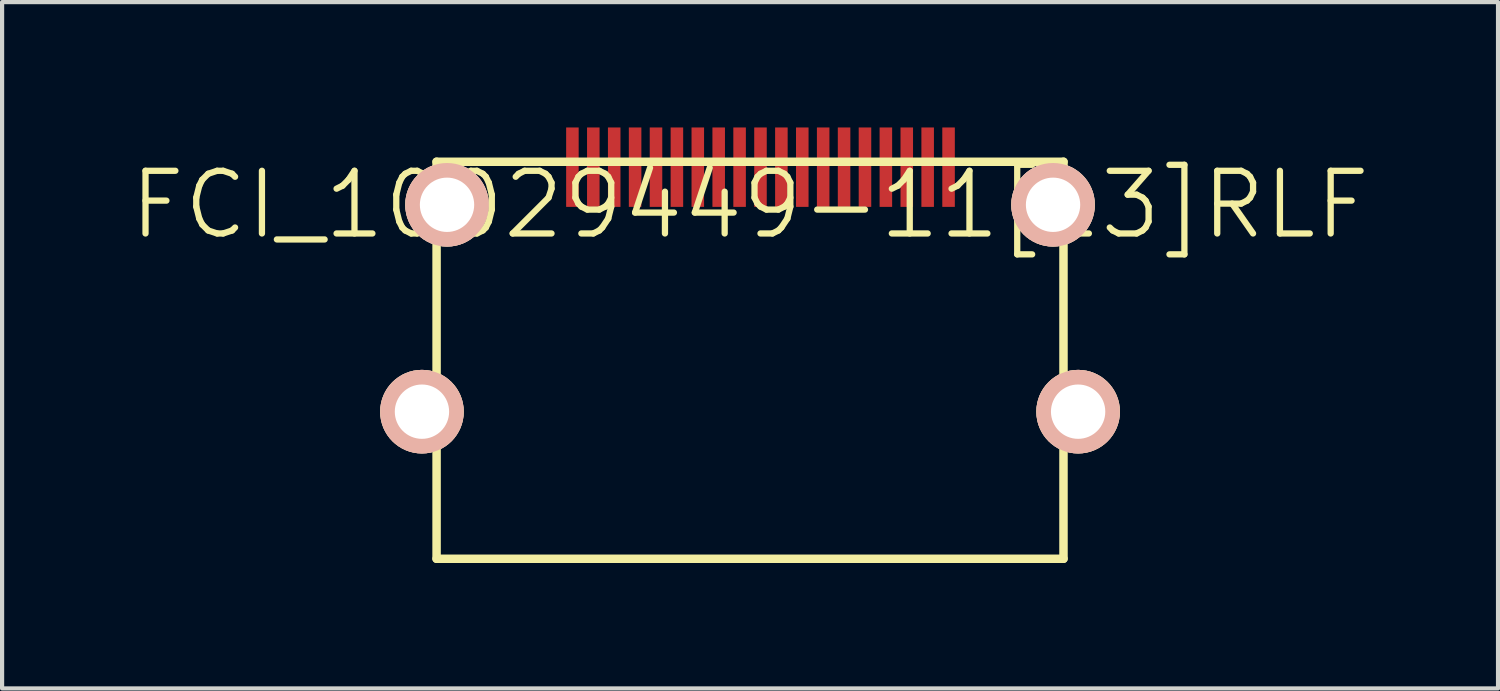
<source format=kicad_pcb>
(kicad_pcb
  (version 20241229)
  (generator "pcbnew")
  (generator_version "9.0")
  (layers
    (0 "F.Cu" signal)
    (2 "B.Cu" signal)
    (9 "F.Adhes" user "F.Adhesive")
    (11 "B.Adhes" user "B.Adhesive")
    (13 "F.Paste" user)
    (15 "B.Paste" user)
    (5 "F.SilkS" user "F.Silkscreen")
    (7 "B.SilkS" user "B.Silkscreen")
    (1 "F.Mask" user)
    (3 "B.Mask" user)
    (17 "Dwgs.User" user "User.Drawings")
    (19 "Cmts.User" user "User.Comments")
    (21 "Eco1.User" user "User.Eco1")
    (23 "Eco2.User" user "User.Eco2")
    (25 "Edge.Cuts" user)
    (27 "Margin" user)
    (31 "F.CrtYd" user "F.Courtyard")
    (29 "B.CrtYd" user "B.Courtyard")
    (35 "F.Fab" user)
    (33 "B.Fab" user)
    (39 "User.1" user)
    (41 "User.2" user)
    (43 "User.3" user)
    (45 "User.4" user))
  (footprint "FCI_10029449-11[13]RLF"
    (layer "F.Cu")
    (at 14.896 1.85)
    (property "Reference" "FCI_10029449-11[13]RLF" (at 0 0 0) (layer "F.SilkS") (effects (font (size 1.5 1.5) (thickness 0.15))))
    (attr through_hole)
    (fp_line (start -7.5 -1.03) (end 7.5 -1.03) (stroke (width 0.203) (type solid)) (layer "F.SilkS"))
    (fp_line (start -7.5 8.47) (end -7.5 -1.03) (stroke (width 0.203) (type solid)) (layer "F.SilkS"))
    (fp_line (start 7.5 8.47) (end -7.5 8.47) (stroke (width 0.203) (type solid)) (layer "F.SilkS"))
    (fp_line (start 7.5 8.47) (end 7.5 -1.03) (stroke (width 0.203) (type solid)) (layer "F.SilkS"))
    (pad "1" smd rect (at 4.75 -0.9) (size 0.3 1.9) (layers "F.Cu" "F.Mask" "F.Paste"))
    (pad "2" smd rect (at 4.25 -0.9) (size 0.3 1.9) (layers "F.Cu" "F.Mask" "F.Paste"))
    (pad "3" smd rect (at 3.75 -0.9) (size 0.3 1.9) (layers "F.Cu" "F.Mask" "F.Paste"))
    (pad "4" smd rect (at 3.25 -0.9) (size 0.3 1.9) (layers "F.Cu" "F.Mask" "F.Paste"))
    (pad "5" smd rect (at 2.75 -0.9) (size 0.3 1.9) (layers "F.Cu" "F.Mask" "F.Paste"))
    (pad "6" smd rect (at 2.25 -0.9) (size 0.3 1.9) (layers "F.Cu" "F.Mask" "F.Paste"))
    (pad "7" smd rect (at 1.75 -0.9) (size 0.3 1.9) (layers "F.Cu" "F.Mask" "F.Paste"))
    (pad "8" smd rect (at 1.25 -0.9) (size 0.3 1.9) (layers "F.Cu" "F.Mask" "F.Paste"))
    (pad "9" smd rect (at 0.75 -0.9) (size 0.3 1.9) (layers "F.Cu" "F.Mask" "F.Paste"))
    (pad "10" smd rect (at 0.25 -0.9) (size 0.3 1.9) (layers "F.Cu" "F.Mask" "F.Paste"))
    (pad "11" smd rect (at -0.25 -0.9) (size 0.3 1.9) (layers "F.Cu" "F.Mask" "F.Paste"))
    (pad "12" smd rect (at -0.75 -0.9) (size 0.3 1.9) (layers "F.Cu" "F.Mask" "F.Paste"))
    (pad "13" smd rect (at -1.25 -0.9) (size 0.3 1.9) (layers "F.Cu" "F.Mask" "F.Paste"))
    (pad "14" smd rect (at -1.75 -0.9) (size 0.3 1.9) (layers "F.Cu" "F.Mask" "F.Paste"))
    (pad "15" smd rect (at -2.25 -0.9) (size 0.3 1.9) (layers "F.Cu" "F.Mask" "F.Paste"))
    (pad "16" smd rect (at -2.75 -0.9) (size 0.3 1.9) (layers "F.Cu" "F.Mask" "F.Paste"))
    (pad "17" smd rect (at -3.25 -0.9) (size 0.3 1.9) (layers "F.Cu" "F.Mask" "F.Paste"))
    (pad "18" smd rect (at -3.75 -0.9) (size 0.3 1.9) (layers "F.Cu" "F.Mask" "F.Paste"))
    (pad "19" smd rect (at -4.25 -0.9) (size 0.3 1.9) (layers "F.Cu" "F.Mask" "F.Paste"))
    (pad "SHLD" thru_hole circle (at -7.85 4.95) (size 2 2) (drill 1.3) (layers "*.Cu" "*.SilkS" "*.Mask"))
    (pad "SHLD" thru_hole circle (at -7.25 0) (size 2 2) (drill 1.3) (layers "*.Cu" "*.SilkS" "*.Mask"))
    (pad "SHLD" thru_hole circle (at 7.25 0) (size 2 2) (drill 1.3) (layers "*.Cu" "*.SilkS" "*.Mask"))
    (pad "SHLD" thru_hole circle (at 7.85 4.95) (size 2 2) (drill 1.3) (layers "*.Cu" "*.SilkS" "*.Mask")))
  (gr_rect
    (start -3 -3)
    (end 32.793 13.422)
    (stroke (width 0.1) (type default))
    (fill no)
    (layer "Edge.Cuts")))
</source>
